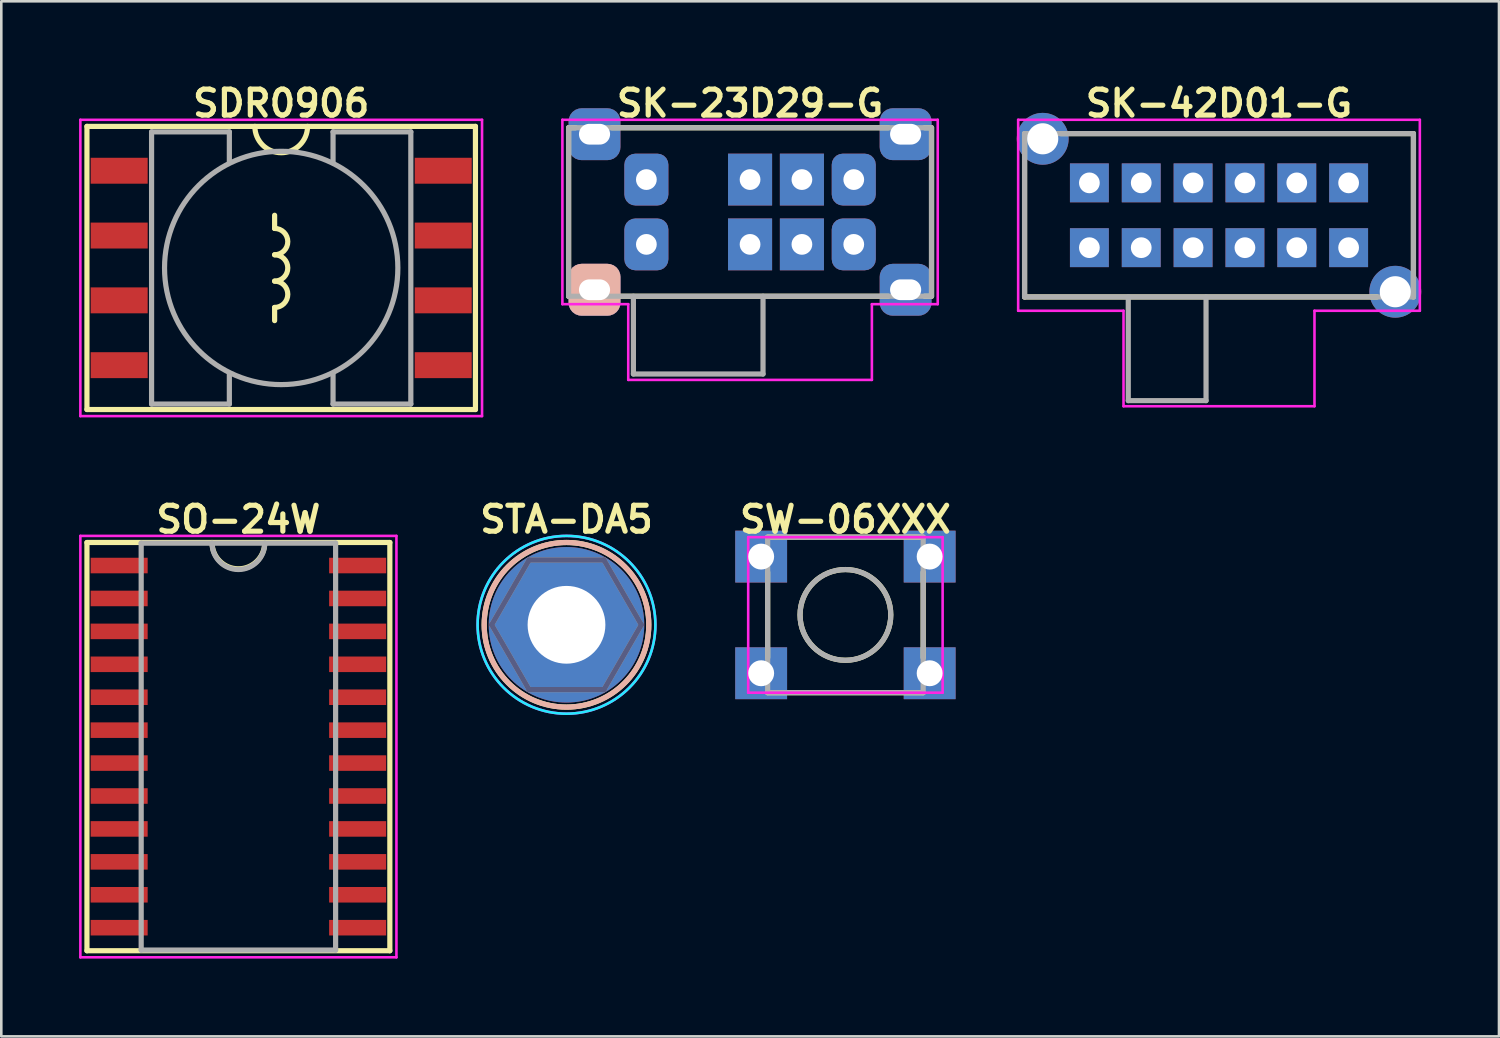
<source format=kicad_pcb>
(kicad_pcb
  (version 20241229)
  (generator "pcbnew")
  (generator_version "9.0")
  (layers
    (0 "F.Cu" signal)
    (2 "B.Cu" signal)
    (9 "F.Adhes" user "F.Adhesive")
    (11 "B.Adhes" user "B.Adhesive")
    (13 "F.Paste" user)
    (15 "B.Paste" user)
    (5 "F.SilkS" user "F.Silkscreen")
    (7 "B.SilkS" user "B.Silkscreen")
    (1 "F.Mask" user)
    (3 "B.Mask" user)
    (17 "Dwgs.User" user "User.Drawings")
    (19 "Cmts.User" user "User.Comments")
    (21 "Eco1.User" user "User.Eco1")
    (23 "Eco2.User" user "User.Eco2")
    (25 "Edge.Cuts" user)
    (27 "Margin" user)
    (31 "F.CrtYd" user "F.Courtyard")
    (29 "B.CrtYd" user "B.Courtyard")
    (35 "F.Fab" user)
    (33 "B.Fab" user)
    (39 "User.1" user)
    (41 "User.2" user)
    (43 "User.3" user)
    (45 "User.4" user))
  (footprint "SK-42D01-G"
    (layer "F.Cu")
    (at 43.972 5.254)
    (property "Reference" "SK-42D01-G" (at 0 -4.318 0) (layer "F.SilkS") (effects (font (size 1 1) (thickness 0.2))))
    (attr through_hole)
    (fp_line (start -7.5 -3.15) (end -7.5 3.15) (stroke (width 0.2) (type solid)) (layer "F.SilkS"))
    (fp_line (start -7.5 3.15) (end 6.096 3.15) (stroke (width 0.2) (type solid)) (layer "F.SilkS"))
    (fp_line (start -6.096 -3.15) (end 7.5 -3.15) (stroke (width 0.2) (type solid)) (layer "F.SilkS"))
    (fp_line (start 7.5 -3.15) (end 7.5 3.15) (stroke (width 0.2) (type solid)) (layer "F.SilkS"))
    (fp_line (start -7.747 -3.683) (end -7.747 3.683) (stroke (width 0.1) (type solid)) (layer "F.CrtYd"))
    (fp_line (start -7.747 -3.683) (end 7.747 -3.683) (stroke (width 0.1) (type solid)) (layer "F.CrtYd"))
    (fp_line (start -7.747 3.683) (end -3.683 3.683) (stroke (width 0.1) (type solid)) (layer "F.CrtYd"))
    (fp_line (start -3.683 3.683) (end -3.683 7.366) (stroke (width 0.1) (type solid)) (layer "F.CrtYd"))
    (fp_line (start -3.683 7.366) (end 3.683 7.366) (stroke (width 0.1) (type solid)) (layer "F.CrtYd"))
    (fp_line (start 3.683 3.683) (end 7.747 3.683) (stroke (width 0.1) (type solid)) (layer "F.CrtYd"))
    (fp_line (start 3.683 7.366) (end 3.683 3.683) (stroke (width 0.1) (type solid)) (layer "F.CrtYd"))
    (fp_line (start 7.747 3.683) (end 7.747 -3.683) (stroke (width 0.1) (type solid)) (layer "F.CrtYd"))
    (fp_line (start -7.5 -3.15) (end -7.5 3.15) (stroke (width 0.2) (type solid)) (layer "F.Fab"))
    (fp_line (start -7.5 -3.15) (end 7.5 -3.15) (stroke (width 0.2) (type solid)) (layer "F.Fab"))
    (fp_line (start -7.5 3.15) (end 7.5 3.15) (stroke (width 0.2) (type solid)) (layer "F.Fab"))
    (fp_line (start -3.5 3.15) (end -3.5 7.15) (stroke (width 0.2) (type solid)) (layer "F.Fab"))
    (fp_line (start -3.5 7.15) (end -0.5 7.15) (stroke (width 0.2) (type solid)) (layer "F.Fab"))
    (fp_line (start -0.5 3.15) (end -0.5 7.15) (stroke (width 0.2) (type solid)) (layer "F.Fab"))
    (fp_line (start 7.5 -3.15) (end 7.5 3.15) (stroke (width 0.2) (type solid)) (layer "F.Fab"))
    (pad "0" thru_hole circle (at -6.8 -2.95) (size 2 2) (drill 1.2) (layers "*.Mask" "B.Cu"))
    (pad "0" thru_hole circle (at 6.8 2.95) (size 2 2) (drill 1.2) (layers "*.Mask" "B.Cu"))
    (pad "1" thru_hole rect (at -5 -1.25) (size 1.5 1.5) (drill 0.8) (layers "*.Mask" "B.Cu"))
    (pad "2" thru_hole rect (at -3 -1.25) (size 1.5 1.5) (drill 0.8) (layers "*.Mask" "B.Cu"))
    (pad "3" thru_hole rect (at -1 -1.25) (size 1.5 1.5) (drill 0.8) (layers "*.Mask" "B.Cu"))
    (pad "4" thru_hole rect (at 1 -1.25) (size 1.5 1.5) (drill 0.8) (layers "*.Mask" "B.Cu"))
    (pad "5" thru_hole rect (at 3 -1.25) (size 1.5 1.5) (drill 0.8) (layers "*.Mask" "B.Cu"))
    (pad "6" thru_hole rect (at 5 -1.25) (size 1.5 1.5) (drill 0.8) (layers "*.Mask" "B.Cu"))
    (pad "7" thru_hole rect (at -5 1.25) (size 1.5 1.5) (drill 0.8) (layers "*.Mask" "B.Cu"))
    (pad "8" thru_hole rect (at -3 1.25) (size 1.5 1.5) (drill 0.8) (layers "*.Mask" "B.Cu"))
    (pad "9" thru_hole rect (at -1 1.25) (size 1.5 1.5) (drill 0.8) (layers "*.Mask" "B.Cu"))
    (pad "10" thru_hole rect (at 1 1.25) (size 1.5 1.5) (drill 0.8) (layers "*.Mask" "B.Cu"))
    (pad "11" thru_hole rect (at 3 1.25) (size 1.5 1.5) (drill 0.8) (layers "*.Mask" "B.Cu"))
    (pad "12" thru_hole rect (at 5 1.25) (size 1.5 1.5) (drill 0.8) (layers "*.Mask" "B.Cu")))
  (footprint "STA-DA5"
    (layer "F.Cu")
    (at 18.802 21.051)
    (property "Reference" "STA-DA5" (at 0 -4.064 0) (layer "F.SilkS") (effects (font (size 1 1) (thickness 0.2))))
    (attr through_hole)
    (fp_circle (center 0 0) (end 3.175 0) (stroke (width 0.2) (type solid)) (fill no) (layer "F.SilkS"))
    (fp_circle (center 0 0) (end 3.175 0) (stroke (width 0.2) (type solid)) (fill no) (layer "B.SilkS"))
    (fp_circle (center 0 0) (end 3.429 0) (stroke (width 0.1) (type solid)) (fill no) (layer "B.CrtYd"))
    (fp_circle (center 0 0) (end 3.429 0) (stroke (width 0.1) (type solid)) (fill no) (layer "F.CrtYd"))
    (fp_line (start -2.887 0) (end -1.444 2.5) (stroke (width 0.2) (type solid)) (layer "B.Fab"))
    (fp_line (start -1.444 -2.5) (end -2.887 0) (stroke (width 0.2) (type solid)) (layer "B.Fab"))
    (fp_line (start -1.444 -2.5) (end 1.444 -2.5) (stroke (width 0.2) (type solid)) (layer "B.Fab"))
    (fp_line (start -1.444 2.5) (end 1.444 2.5) (stroke (width 0.2) (type solid)) (layer "B.Fab"))
    (fp_line (start 1.444 -2.5) (end 2.887 0) (stroke (width 0.2) (type solid)) (layer "B.Fab"))
    (fp_line (start 2.887 0) (end 1.444 2.5) (stroke (width 0.2) (type solid)) (layer "B.Fab"))
    (fp_line (start -2.887 0) (end -1.444 2.5) (stroke (width 0.2) (type solid)) (layer "F.Fab"))
    (fp_line (start -1.444 -2.5) (end -2.887 0) (stroke (width 0.2) (type solid)) (layer "F.Fab"))
    (fp_line (start -1.444 -2.5) (end 1.444 -2.5) (stroke (width 0.2) (type solid)) (layer "F.Fab"))
    (fp_line (start -1.444 2.5) (end 1.444 2.5) (stroke (width 0.2) (type solid)) (layer "F.Fab"))
    (fp_line (start 1.444 -2.5) (end 2.887 0) (stroke (width 0.2) (type solid)) (layer "F.Fab"))
    (fp_line (start 2.887 0) (end 1.444 2.5) (stroke (width 0.2) (type solid)) (layer "F.Fab"))
    (pad "0" thru_hole circle (at 0 0) (size 6 6) (drill 3) (layers "*.Cu" "*.Mask")))
  (footprint "SK-23D29-G"
    (layer "F.Cu")
    (at 25.883 5.127)
    (property "Reference" "SK-23D29-G" (at 0 -4.191 0) (layer "F.SilkS") (effects (font (size 1 1) (thickness 0.2))))
    (attr through_hole)
    (fp_line (start -7 -3.25) (end -7 3.25) (stroke (width 0.2) (type solid)) (layer "F.SilkS"))
    (fp_line (start -6.985 -3.25) (end -6.731 -3.25) (stroke (width 0.2) (type solid)) (layer "F.SilkS"))
    (fp_line (start -6.985 3.25) (end -6.731 3.25) (stroke (width 0.2) (type solid)) (layer "F.SilkS"))
    (fp_line (start -5.334 -3.25) (end 5.334 -3.25) (stroke (width 0.2) (type solid)) (layer "F.SilkS"))
    (fp_line (start -5.334 3.25) (end 5.334 3.25) (stroke (width 0.2) (type solid)) (layer "F.SilkS"))
    (fp_line (start 6.731 -3.25) (end 6.985 -3.25) (stroke (width 0.2) (type solid)) (layer "F.SilkS"))
    (fp_line (start 6.731 3.25) (end 6.985 3.25) (stroke (width 0.2) (type solid)) (layer "F.SilkS"))
    (fp_line (start 7 -3.25) (end 7 3.25) (stroke (width 0.2) (type solid)) (layer "F.SilkS"))
    (fp_line (start -7.239 -3.556) (end -7.239 3.556) (stroke (width 0.1) (type solid)) (layer "F.CrtYd"))
    (fp_line (start -7.239 -3.556) (end 7.239 -3.556) (stroke (width 0.1) (type solid)) (layer "F.CrtYd"))
    (fp_line (start -7.239 3.556) (end -4.699 3.556) (stroke (width 0.1) (type solid)) (layer "F.CrtYd"))
    (fp_line (start -4.699 3.556) (end -4.699 6.477) (stroke (width 0.1) (type solid)) (layer "F.CrtYd"))
    (fp_line (start -4.699 6.477) (end 4.699 6.477) (stroke (width 0.1) (type solid)) (layer "F.CrtYd"))
    (fp_line (start 4.699 3.556) (end 4.699 6.477) (stroke (width 0.1) (type solid)) (layer "F.CrtYd"))
    (fp_line (start 4.699 3.556) (end 7.239 3.556) (stroke (width 0.1) (type solid)) (layer "F.CrtYd"))
    (fp_line (start 7.239 -3.556) (end 7.239 3.556) (stroke (width 0.1) (type solid)) (layer "F.CrtYd"))
    (fp_line (start -7 -3.25) (end -7 3.25) (stroke (width 0.2) (type solid)) (layer "F.Fab"))
    (fp_line (start -7 -3.25) (end 7 -3.25) (stroke (width 0.2) (type solid)) (layer "F.Fab"))
    (fp_line (start -7 3.25) (end 7 3.25) (stroke (width 0.2) (type solid)) (layer "F.Fab"))
    (fp_line (start -4.5 3.25) (end -4.5 6.25) (stroke (width 0.2) (type solid)) (layer "F.Fab"))
    (fp_line (start -4.5 6.25) (end 0.5 6.25) (stroke (width 0.2) (type solid)) (layer "F.Fab"))
    (fp_line (start 0.5 3.25) (end 0.5 6.25) (stroke (width 0.2) (type solid)) (layer "F.Fab"))
    (fp_line (start 7 -3.25) (end 7 3.25) (stroke (width 0.2) (type solid)) (layer "F.Fab"))
    (pad "0" thru_hole roundrect (at -6 -3) (size 2 2) (drill oval 1.2 0.8) (layers "B.Cu" "B.Mask") (roundrect_rratio 0.25))
    (pad "0" thru_hole roundrect (at -6 3) (size 2 2) (drill oval 1.2 0.8) (layers "B.Cu" "B.SilkS") (roundrect_rratio 0.25))
    (pad "0" thru_hole roundrect (at 6 -3) (size 2 2) (drill oval 1.2 0.8) (layers "B.Cu" "B.Mask") (roundrect_rratio 0.25))
    (pad "0" thru_hole roundrect (at 6 3) (size 2 2) (drill oval 1.2 0.8) (layers "B.Cu" "B.Mask") (roundrect_rratio 0.25))
    (pad "1" thru_hole roundrect (at -4 -1.25) (size 1.7 2) (drill 0.8) (layers "B.Cu" "B.Mask") (roundrect_rratio 0.25))
    (pad "2" thru_hole rect (at 0 -1.25) (size 1.7 2) (drill 0.8) (layers "B.Cu" "B.Mask"))
    (pad "3" thru_hole rect (at 2 -1.25) (size 1.7 2) (drill 0.8) (layers "B.Cu" "B.Mask"))
    (pad "4" thru_hole roundrect (at 4 -1.25) (size 1.7 2) (drill 0.8) (layers "B.Cu" "B.Mask") (roundrect_rratio 0.25))
    (pad "5" thru_hole roundrect (at -4 1.25) (size 1.7 2) (drill 0.8) (layers "B.Cu" "B.Mask") (roundrect_rratio 0.25))
    (pad "6" thru_hole rect (at 0 1.25) (size 1.7 2) (drill 0.8) (layers "B.Cu" "B.Mask"))
    (pad "7" thru_hole rect (at 2 1.25) (size 1.7 2) (drill 0.8) (layers "B.Cu" "B.Mask"))
    (pad "8" thru_hole roundrect (at 4 1.25) (size 1.7 2) (drill 0.8) (layers "B.Cu" "B.Mask") (roundrect_rratio 0.25)))
  (footprint "SO-24W"
    (layer "F.Cu")
    (at 6.146 25.75)
    (property "Reference" "SO-24W" (at 0 -8.763 0) (layer "F.SilkS") (effects (font (size 1 1) (thickness 0.2))))
    (attr through_hole)
    (fp_line (start -5.842 -7.874) (end -5.842 7.874) (stroke (width 0.2) (type solid)) (layer "F.SilkS"))
    (fp_line (start -5.842 -7.874) (end 5.842 -7.874) (stroke (width 0.2) (type solid)) (layer "F.SilkS"))
    (fp_line (start -5.842 7.874) (end 5.842 7.874) (stroke (width 0.2) (type solid)) (layer "F.SilkS"))
    (fp_line (start 5.842 -7.874) (end 5.842 7.874) (stroke (width 0.2) (type solid)) (layer "F.SilkS"))
    (fp_arc (start 1.016 -7.874) (mid 0 -6.858) (end -1.016 -7.874) (stroke (width 0.2) (type solid)) (layer "F.SilkS"))
    (fp_line (start -6.096 -8.128) (end -6.096 8.128) (stroke (width 0.1) (type solid)) (layer "F.CrtYd"))
    (fp_line (start -6.096 -8.128) (end 6.096 -8.128) (stroke (width 0.1) (type solid)) (layer "F.CrtYd"))
    (fp_line (start -6.096 8.128) (end 6.096 8.128) (stroke (width 0.1) (type solid)) (layer "F.CrtYd"))
    (fp_line (start 6.096 -8.128) (end 6.096 8.128) (stroke (width 0.1) (type solid)) (layer "F.CrtYd"))
    (fp_line (start -3.75 -7.848) (end -3.75 7.848) (stroke (width 0.2) (type solid)) (layer "F.Fab"))
    (fp_line (start -3.75 -7.848) (end 3.75 -7.848) (stroke (width 0.2) (type solid)) (layer "F.Fab"))
    (fp_line (start -3.75 7.848) (end 3.75 7.848) (stroke (width 0.2) (type solid)) (layer "F.Fab"))
    (fp_line (start 3.75 -7.848) (end 3.75 7.848) (stroke (width 0.2) (type solid)) (layer "F.Fab"))
    (fp_arc (start 1.016 -7.8475) (mid 0 -6.8315) (end -1.016 -7.8475) (stroke (width 0.2) (type solid)) (layer "F.Fab"))
    (pad "1" smd rect (at -4.6 -6.985) (size 2.2 0.6) (layers "F.Cu" "F.Mask" "F.Paste"))
    (pad "2" smd rect (at -4.6 -5.715) (size 2.2 0.6) (layers "F.Cu" "F.Mask" "F.Paste"))
    (pad "3" smd rect (at -4.6 -4.445) (size 2.2 0.6) (layers "F.Cu" "F.Mask" "F.Paste"))
    (pad "4" smd rect (at -4.6 -3.175) (size 2.2 0.6) (layers "F.Cu" "F.Mask" "F.Paste"))
    (pad "5" smd rect (at -4.6 -1.905) (size 2.2 0.6) (layers "F.Cu" "F.Mask" "F.Paste"))
    (pad "6" smd rect (at -4.6 -0.635) (size 2.2 0.6) (layers "F.Cu" "F.Mask" "F.Paste"))
    (pad "7" smd rect (at -4.6 0.635) (size 2.2 0.6) (layers "F.Cu" "F.Mask" "F.Paste"))
    (pad "8" smd rect (at -4.6 1.905) (size 2.2 0.6) (layers "F.Cu" "F.Mask" "F.Paste"))
    (pad "9" smd rect (at -4.6 3.175) (size 2.2 0.6) (layers "F.Cu" "F.Mask" "F.Paste"))
    (pad "10" smd rect (at -4.6 4.445) (size 2.2 0.6) (layers "F.Cu" "F.Mask" "F.Paste"))
    (pad "11" smd rect (at -4.6 5.715) (size 2.2 0.6) (layers "F.Cu" "F.Mask" "F.Paste"))
    (pad "12" smd rect (at -4.6 6.985) (size 2.2 0.6) (layers "F.Cu" "F.Mask" "F.Paste"))
    (pad "13" smd rect (at 4.6 6.985) (size 2.2 0.6) (layers "F.Cu" "F.Mask" "F.Paste"))
    (pad "14" smd rect (at 4.6 5.715) (size 2.2 0.6) (layers "F.Cu" "F.Mask" "F.Paste"))
    (pad "15" smd rect (at 4.6 4.445) (size 2.2 0.6) (layers "F.Cu" "F.Mask" "F.Paste"))
    (pad "16" smd rect (at 4.6 3.175) (size 2.2 0.6) (layers "F.Cu" "F.Mask" "F.Paste"))
    (pad "17" smd rect (at 4.6 1.905) (size 2.2 0.6) (layers "F.Cu" "F.Mask" "F.Paste"))
    (pad "18" smd rect (at 4.6 0.635) (size 2.2 0.6) (layers "F.Cu" "F.Mask" "F.Paste"))
    (pad "19" smd rect (at 4.6 -0.635) (size 2.2 0.6) (layers "F.Cu" "F.Mask" "F.Paste"))
    (pad "20" smd rect (at 4.6 -1.905) (size 2.2 0.6) (layers "F.Cu" "F.Mask" "F.Paste"))
    (pad "21" smd rect (at 4.6 -3.175) (size 2.2 0.6) (layers "F.Cu" "F.Mask" "F.Paste"))
    (pad "22" smd rect (at 4.6 -4.445) (size 2.2 0.6) (layers "F.Cu" "F.Mask" "F.Paste"))
    (pad "23" smd rect (at 4.6 -5.715) (size 2.2 0.6) (layers "F.Cu" "F.Mask" "F.Paste"))
    (pad "24" smd rect (at 4.6 -6.985) (size 2.2 0.6) (layers "F.Cu" "F.Mask" "F.Paste")))
  (footprint "SDR0906"
    (layer "F.Cu")
    (at 7.797 7.286)
    (property "Reference" "SDR0906" (at 0 -6.35 0) (layer "F.SilkS") (effects (font (size 1 1) (thickness 0.2))))
    (attr through_hole)
    (fp_line (start -7.493 -5.461) (end -7.493 5.461) (stroke (width 0.2) (type solid)) (layer "F.SilkS"))
    (fp_line (start -7.493 -5.461) (end 7.493 -5.461) (stroke (width 0.2) (type solid)) (layer "F.SilkS"))
    (fp_line (start -7.493 5.461) (end 7.493 5.461) (stroke (width 0.2) (type solid)) (layer "F.SilkS"))
    (fp_line (start -0.254 -1.524) (end -0.254 -2.032) (stroke (width 0.2) (type solid)) (layer "F.SilkS"))
    (fp_line (start -0.254 2.032) (end -0.254 1.524) (stroke (width 0.2) (type solid)) (layer "F.SilkS"))
    (fp_line (start 7.493 -5.461) (end 7.493 5.461) (stroke (width 0.2) (type solid)) (layer "F.SilkS"))
    (fp_arc (start -0.254 -1.524) (mid 0.254 -1.016) (end -0.254 -0.508) (stroke (width 0.2) (type solid)) (layer "F.SilkS"))
    (fp_arc (start -0.254 -0.508) (mid 0.254 0) (end -0.254 0.508) (stroke (width 0.2) (type solid)) (layer "F.SilkS"))
    (fp_arc (start -0.254 0.508) (mid 0.254 1.016) (end -0.254 1.524) (stroke (width 0.2) (type solid)) (layer "F.SilkS"))
    (fp_arc (start 1.016 -5.461) (mid 0 -4.445) (end -1.016 -5.461) (stroke (width 0.2) (type solid)) (layer "F.SilkS"))
    (fp_line (start -7.747 -5.715) (end 7.747 -5.715) (stroke (width 0.1) (type solid)) (layer "F.CrtYd"))
    (fp_line (start -7.747 5.715) (end -7.747 -5.715) (stroke (width 0.1) (type solid)) (layer "F.CrtYd"))
    (fp_line (start 7.747 -5.715) (end 7.747 5.715) (stroke (width 0.1) (type solid)) (layer "F.CrtYd"))
    (fp_line (start 7.747 5.715) (end -7.747 5.715) (stroke (width 0.1) (type solid)) (layer "F.CrtYd"))
    (fp_line (start -5 -5.25) (end -5 5.25) (stroke (width 0.2) (type solid)) (layer "F.Fab"))
    (fp_line (start -5 -5.25) (end -2 -5.25) (stroke (width 0.2) (type solid)) (layer "F.Fab"))
    (fp_line (start -5 5.25) (end -2 5.25) (stroke (width 0.2) (type solid)) (layer "F.Fab"))
    (fp_line (start -2 -5.25) (end -2 -4.1) (stroke (width 0.2) (type solid)) (layer "F.Fab"))
    (fp_line (start -2 4.1) (end -2 5.25) (stroke (width 0.2) (type solid)) (layer "F.Fab"))
    (fp_line (start 2 -5.25) (end 2 -4.1) (stroke (width 0.2) (type solid)) (layer "F.Fab"))
    (fp_line (start 2 -5.25) (end 5 -5.25) (stroke (width 0.2) (type solid)) (layer "F.Fab"))
    (fp_line (start 2 4.1) (end 2 5.25) (stroke (width 0.2) (type solid)) (layer "F.Fab"))
    (fp_line (start 2 5.25) (end 5 5.25) (stroke (width 0.2) (type solid)) (layer "F.Fab"))
    (fp_line (start 5 -5.25) (end 5 5.25) (stroke (width 0.2) (type solid)) (layer "F.Fab"))
    (fp_circle (center 0 0) (end 4.5 0) (stroke (width 0.2) (type solid)) (fill no) (layer "F.Fab"))
    (pad "1" smd rect (at -6.25 -3.75) (size 2.2 1) (layers "F.Cu" "F.Mask" "F.Paste"))
    (pad "2" smd rect (at -6.25 -1.25) (size 2.2 1) (layers "F.Cu" "F.Mask" "F.Paste"))
    (pad "3" smd rect (at -6.25 1.25) (size 2.2 1) (layers "F.Cu" "F.Mask" "F.Paste"))
    (pad "4" smd rect (at -6.25 3.75) (size 2.2 1) (layers "F.Cu" "F.Mask" "F.Paste"))
    (pad "5" smd rect (at 6.25 3.75) (size 2.2 1) (layers "F.Cu" "F.Mask" "F.Paste"))
    (pad "6" smd rect (at 6.25 1.25) (size 2.2 1) (layers "F.Cu" "F.Mask" "F.Paste"))
    (pad "7" smd rect (at 6.25 -1.25) (size 2.2 1) (layers "F.Cu" "F.Mask" "F.Paste"))
    (pad "8" smd rect (at 6.25 -3.75) (size 2.2 1) (layers "F.Cu" "F.Mask" "F.Paste")))
  (footprint "SW-06XXX"
    (layer "F.Cu")
    (at 29.561 20.67)
    (property "Reference" "SW-06XXX" (at 0 -3.683 0) (layer "F.SilkS") (effects (font (size 1 1) (thickness 0.2))))
    (attr through_hole)
    (fp_line (start -3 -3) (end 3 -3) (stroke (width 0.2) (type solid)) (layer "F.SilkS"))
    (fp_line (start -3 -1.651) (end -3 1.651) (stroke (width 0.2) (type solid)) (layer "F.SilkS"))
    (fp_line (start -3 3) (end 3 3) (stroke (width 0.2) (type solid)) (layer "F.SilkS"))
    (fp_line (start 3 -1.651) (end 3 1.651) (stroke (width 0.2) (type solid)) (layer "F.SilkS"))
    (fp_circle (center 0 0) (end 1.75 0) (stroke (width 0.2) (type solid)) (fill no) (layer "F.SilkS"))
    (fp_line (start -3.75 -3) (end -3.75 3) (stroke (width 0.1) (type solid)) (layer "F.CrtYd"))
    (fp_line (start -3.75 -3) (end 3.75 -3) (stroke (width 0.1) (type solid)) (layer "F.CrtYd"))
    (fp_line (start -3.75 3) (end 3.75 3) (stroke (width 0.1) (type solid)) (layer "F.CrtYd"))
    (fp_line (start 3.75 -3) (end 3.75 3) (stroke (width 0.1) (type solid)) (layer "F.CrtYd"))
    (fp_line (start -3 -3) (end -3 3) (stroke (width 0.2) (type solid)) (layer "F.Fab"))
    (fp_line (start -3 -3) (end 3 -3) (stroke (width 0.2) (type solid)) (layer "F.Fab"))
    (fp_line (start -3 3) (end 3 3) (stroke (width 0.2) (type solid)) (layer "F.Fab"))
    (fp_line (start 3 -3) (end 3 3) (stroke (width 0.2) (type solid)) (layer "F.Fab"))
    (fp_circle (center 0 0) (end 1.75 0) (stroke (width 0.2) (type solid)) (fill no) (layer "F.Fab"))
    (pad "COM" thru_hole rect (at -3.25 2.25) (size 2 2) (drill 1) (layers "B.Cu" "B.Mask"))
    (pad "COM" thru_hole rect (at 3.25 2.25) (size 2 2) (drill 1) (layers "B.Cu" "B.Mask"))
    (pad "NO" thru_hole rect (at -3.25 -2.25) (size 2 2) (drill 1) (layers "B.Cu" "B.Mask"))
    (pad "NO" thru_hole rect (at 3.25 -2.25) (size 2 2) (drill 1) (layers "B.Cu" "B.Mask")))
  (gr_rect
    (start -3 -3)
    (end 54.772 36.928)
    (stroke (width 0.1) (type default))
    (fill no)
    (layer "Edge.Cuts")))
</source>
